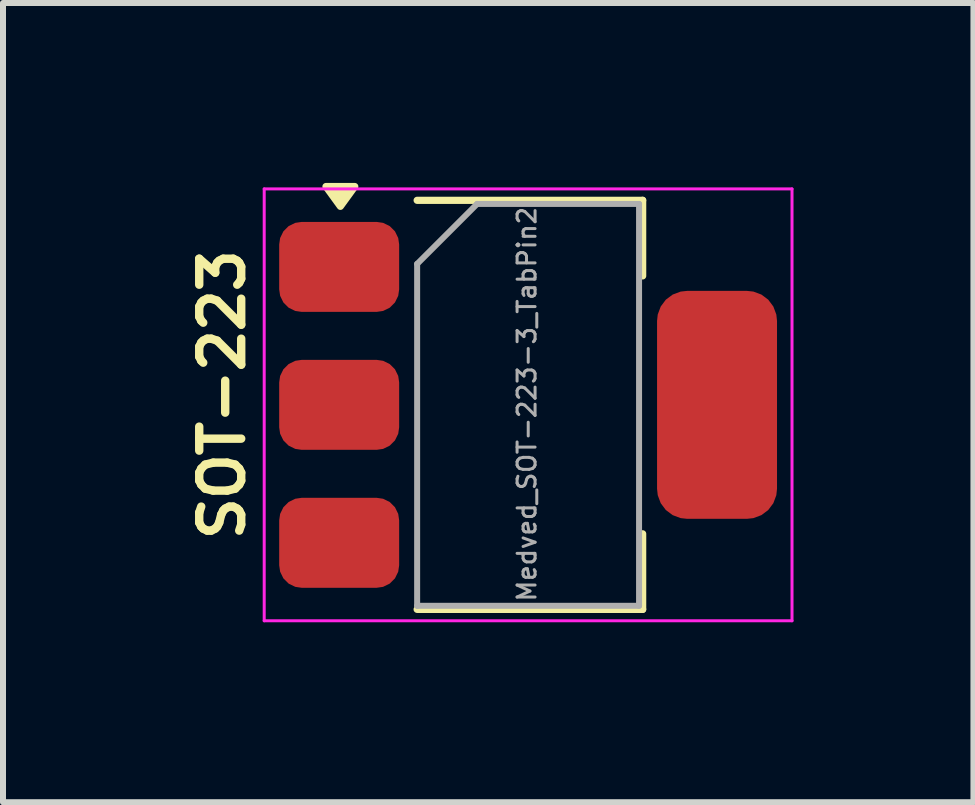
<source format=kicad_pcb>
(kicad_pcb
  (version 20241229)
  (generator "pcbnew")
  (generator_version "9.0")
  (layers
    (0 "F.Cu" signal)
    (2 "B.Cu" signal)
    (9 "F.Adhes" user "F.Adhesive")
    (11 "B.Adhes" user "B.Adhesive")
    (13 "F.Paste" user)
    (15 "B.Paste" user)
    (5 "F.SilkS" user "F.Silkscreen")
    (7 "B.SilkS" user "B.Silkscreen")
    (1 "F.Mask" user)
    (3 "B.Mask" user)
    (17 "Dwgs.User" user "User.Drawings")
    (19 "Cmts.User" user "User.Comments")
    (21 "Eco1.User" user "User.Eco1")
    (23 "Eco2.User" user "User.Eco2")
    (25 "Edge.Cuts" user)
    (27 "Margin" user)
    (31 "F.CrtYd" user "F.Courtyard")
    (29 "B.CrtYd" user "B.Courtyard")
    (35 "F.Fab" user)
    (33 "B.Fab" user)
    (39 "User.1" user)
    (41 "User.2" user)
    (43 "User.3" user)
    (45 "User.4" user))
  (footprint "SOT-223"
    (layer "F.Cu")
    (at 5.755 3.7)
    (property "Reference" "SOT-223" (at -5.1 -0.17 90) (layer "F.SilkS") (effects (font (size 0.7 0.7) (thickness 0.14) (bold yes))))
    (property "Value" "Medved_SOT-223-3_TabPin2" (at 0 4.5 0) (layer "F.Fab") (hide yes) (effects (font (size 1 1) (thickness 0.15))))
    (attr smd)
    (fp_line (start -1.85 -3.41) (end 1.91 -3.41) (stroke (width 0.12) (type solid)) (layer "F.SilkS"))
    (fp_line (start -1.85 3.41) (end 1.91 3.41) (stroke (width 0.12) (type solid)) (layer "F.SilkS"))
    (fp_line (start 1.91 -3.41) (end 1.91 -2.15) (stroke (width 0.12) (type solid)) (layer "F.SilkS"))
    (fp_line (start 1.91 3.41) (end 1.91 2.15) (stroke (width 0.12) (type solid)) (layer "F.SilkS"))
    (fp_poly (pts (xy -3.13 -3.31) (xy -3.37 -3.64) (xy -2.89 -3.64) (xy -3.13 -3.31)) (stroke (width 0.12) (type solid)) (fill yes) (layer "F.SilkS"))
    (fp_line (start -4.4 -3.6) (end -4.4 3.6) (stroke (width 0.05) (type solid)) (layer "F.CrtYd"))
    (fp_line (start -4.4 3.6) (end 4.4 3.6) (stroke (width 0.05) (type solid)) (layer "F.CrtYd"))
    (fp_line (start 4.4 -3.6) (end -4.4 -3.6) (stroke (width 0.05) (type solid)) (layer "F.CrtYd"))
    (fp_line (start 4.4 3.6) (end 4.4 -3.6) (stroke (width 0.05) (type solid)) (layer "F.CrtYd"))
    (fp_line (start -1.85 -2.35) (end -1.85 3.35) (stroke (width 0.1) (type solid)) (layer "F.Fab"))
    (fp_line (start -1.85 -2.35) (end -0.85 -3.35) (stroke (width 0.1) (type solid)) (layer "F.Fab"))
    (fp_line (start -1.85 3.35) (end 1.85 3.35) (stroke (width 0.1) (type solid)) (layer "F.Fab"))
    (fp_line (start -0.85 -3.35) (end 1.85 -3.35) (stroke (width 0.1) (type solid)) (layer "F.Fab"))
    (fp_line (start 1.85 -3.35) (end 1.85 3.35) (stroke (width 0.1) (type solid)) (layer "F.Fab"))
    (fp_text user "${VALUE}" (at -0.02 -0.01 90) (layer "F.Fab") (effects (font (size 0.3 0.3) (thickness 0.05) (bold yes))))
    (pad "1" smd roundrect (at -3.15 -2.3) (size 2 1.5) (layers "F.Cu" "F.Mask" "F.Paste") (roundrect_rratio 0.25))
    (pad "2" smd roundrect (at -3.15 0) (size 2 1.5) (layers "F.Cu" "F.Mask" "F.Paste") (roundrect_rratio 0.25))
    (pad "2" smd roundrect (at 3.15 0) (size 2 3.8) (layers "F.Cu" "F.Mask" "F.Paste") (roundrect_rratio 0.25))
    (pad "3" smd roundrect (at -3.15 2.3) (size 2 1.5) (layers "F.Cu" "F.Mask" "F.Paste") (roundrect_rratio 0.25)))
  (gr_rect
    (start -3 -3)
    (end 13.18 10.325)
    (stroke (width 0.1) (type default))
    (fill no)
    (layer "Edge.Cuts")))
</source>
